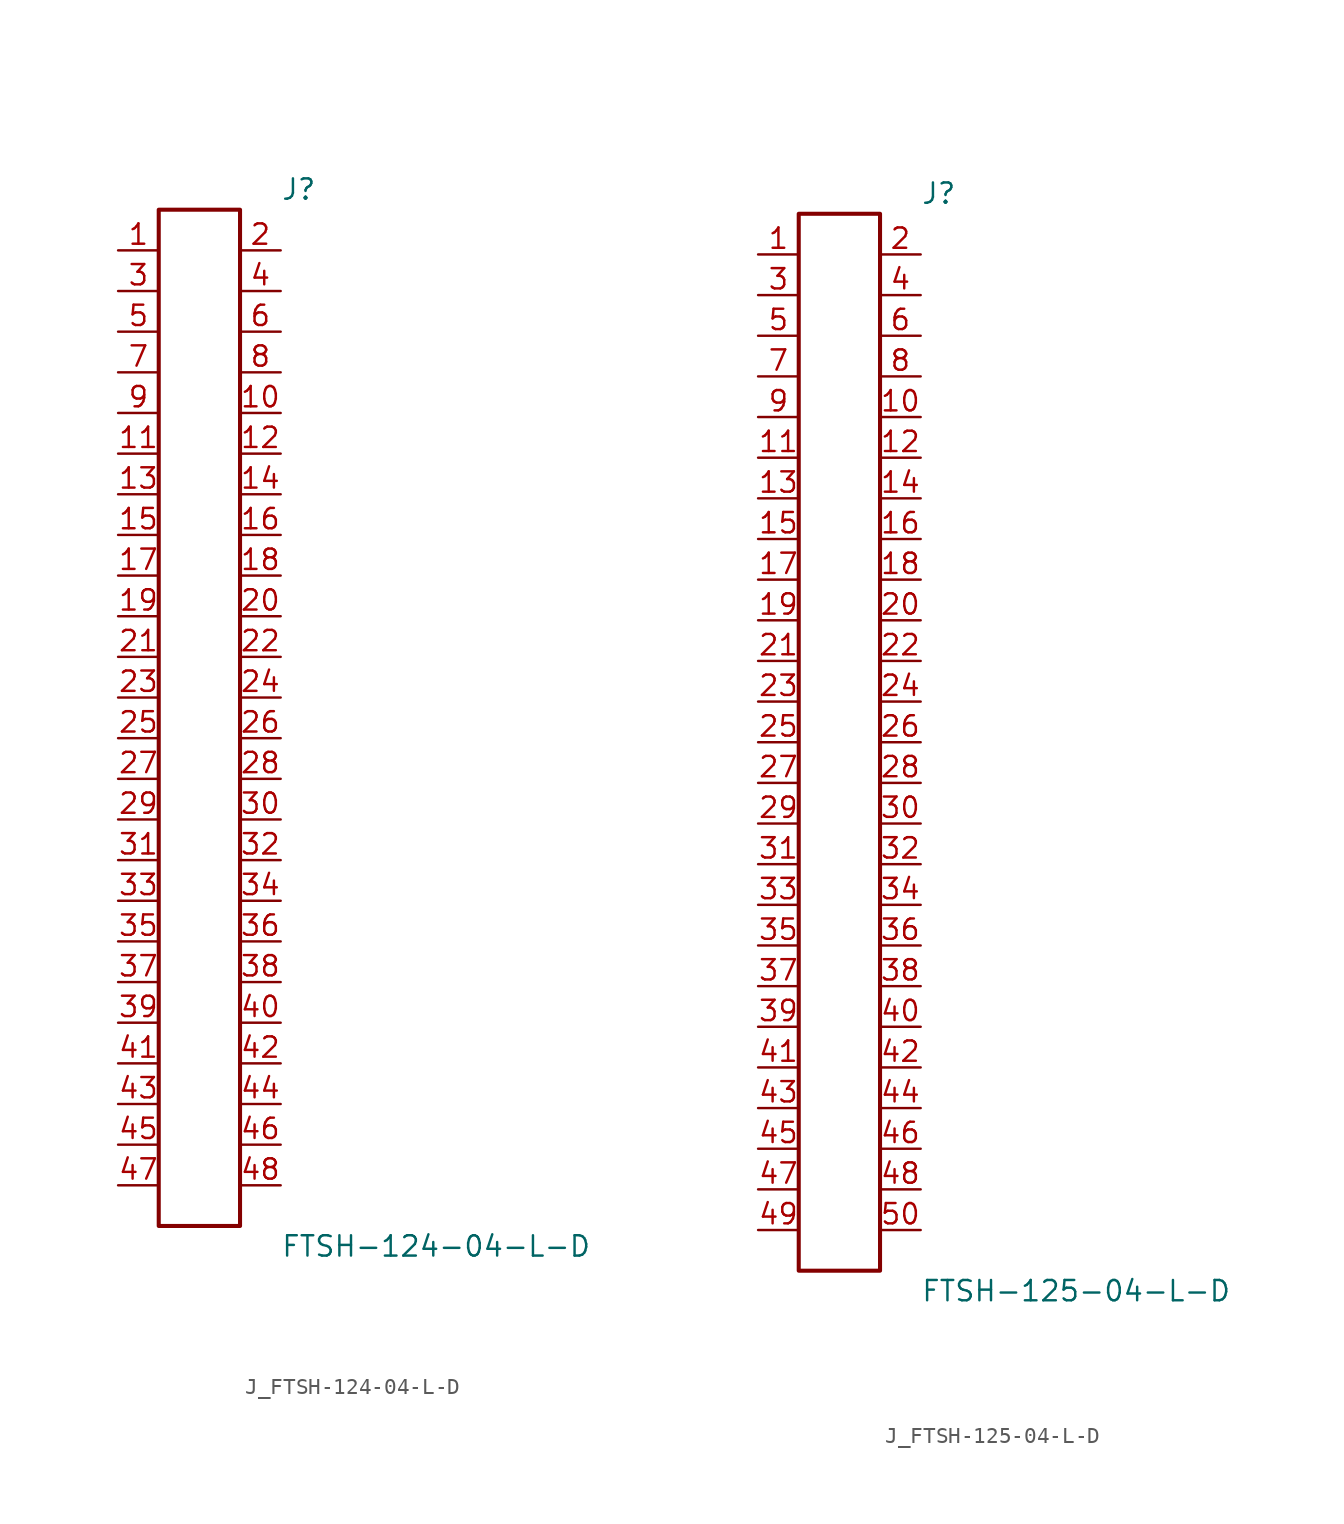
<source format=kicad_sym>
(kicad_symbol_lib
  (version 20231120)
  (generator kicad_symbol_editor)
  (generator_version 8.0)
  (symbol "J_FTSH-124-04-L-D"
    (pin_names
      (offset 0.254))
    (property "Reference" "J"
      (at 5.08 33.02 0)
      (effects (font (size 1.27 1.27)) (justify left)))
    (property "Value" "FTSH-124-04-L-D"
      (at 5.08 -33.02 0)
      (effects (font (size 1.27 1.27)) (justify left)))
    (symbol "J_FTSH-124-04-L-D_0_0"
      (pin passive line (at -5.08 29.21 0) (length 2.54) (name "" (effects (font (size 1.27 1.27)))) (number "1" (effects (font (size 1.27 1.27)))))
      (pin passive line (at 5.08 29.21 180) (length 2.54) (name "" (effects (font (size 1.27 1.27)))) (number "2" (effects (font (size 1.27 1.27)))))
      (pin passive line (at -5.08 26.67 0) (length 2.54) (name "" (effects (font (size 1.27 1.27)))) (number "3" (effects (font (size 1.27 1.27)))))
      (pin passive line (at 5.08 26.67 180) (length 2.54) (name "" (effects (font (size 1.27 1.27)))) (number "4" (effects (font (size 1.27 1.27)))))
      (pin passive line (at -5.08 24.13 0) (length 2.54) (name "" (effects (font (size 1.27 1.27)))) (number "5" (effects (font (size 1.27 1.27)))))
      (pin passive line (at 5.08 24.13 180) (length 2.54) (name "" (effects (font (size 1.27 1.27)))) (number "6" (effects (font (size 1.27 1.27)))))
      (pin passive line (at -5.08 21.59 0) (length 2.54) (name "" (effects (font (size 1.27 1.27)))) (number "7" (effects (font (size 1.27 1.27)))))
      (pin passive line (at 5.08 21.59 180) (length 2.54) (name "" (effects (font (size 1.27 1.27)))) (number "8" (effects (font (size 1.27 1.27)))))
      (pin passive line (at -5.08 19.05 0) (length 2.54) (name "" (effects (font (size 1.27 1.27)))) (number "9" (effects (font (size 1.27 1.27)))))
      (pin passive line (at 5.08 19.05 180) (length 2.54) (name "" (effects (font (size 1.27 1.27)))) (number "10" (effects (font (size 1.27 1.27)))))
      (pin passive line (at -5.08 16.51 0) (length 2.54) (name "" (effects (font (size 1.27 1.27)))) (number "11" (effects (font (size 1.27 1.27)))))
      (pin passive line (at 5.08 16.51 180) (length 2.54) (name "" (effects (font (size 1.27 1.27)))) (number "12" (effects (font (size 1.27 1.27)))))
      (pin passive line (at -5.08 13.97 0) (length 2.54) (name "" (effects (font (size 1.27 1.27)))) (number "13" (effects (font (size 1.27 1.27)))))
      (pin passive line (at 5.08 13.97 180) (length 2.54) (name "" (effects (font (size 1.27 1.27)))) (number "14" (effects (font (size 1.27 1.27)))))
      (pin passive line (at -5.08 11.43 0) (length 2.54) (name "" (effects (font (size 1.27 1.27)))) (number "15" (effects (font (size 1.27 1.27)))))
      (pin passive line (at 5.08 11.43 180) (length 2.54) (name "" (effects (font (size 1.27 1.27)))) (number "16" (effects (font (size 1.27 1.27)))))
      (pin passive line (at -5.08 8.89 0) (length 2.54) (name "" (effects (font (size 1.27 1.27)))) (number "17" (effects (font (size 1.27 1.27)))))
      (pin passive line (at 5.08 8.89 180) (length 2.54) (name "" (effects (font (size 1.27 1.27)))) (number "18" (effects (font (size 1.27 1.27)))))
      (pin passive line (at -5.08 6.35 0) (length 2.54) (name "" (effects (font (size 1.27 1.27)))) (number "19" (effects (font (size 1.27 1.27)))))
      (pin passive line (at 5.08 6.35 180) (length 2.54) (name "" (effects (font (size 1.27 1.27)))) (number "20" (effects (font (size 1.27 1.27)))))
      (pin passive line (at -5.08 3.81 0) (length 2.54) (name "" (effects (font (size 1.27 1.27)))) (number "21" (effects (font (size 1.27 1.27)))))
      (pin passive line (at 5.08 3.81 180) (length 2.54) (name "" (effects (font (size 1.27 1.27)))) (number "22" (effects (font (size 1.27 1.27)))))
      (pin passive line (at -5.08 1.27 0) (length 2.54) (name "" (effects (font (size 1.27 1.27)))) (number "23" (effects (font (size 1.27 1.27)))))
      (pin passive line (at 5.08 1.27 180) (length 2.54) (name "" (effects (font (size 1.27 1.27)))) (number "24" (effects (font (size 1.27 1.27)))))
      (pin passive line (at -5.08 -1.27 0) (length 2.54) (name "" (effects (font (size 1.27 1.27)))) (number "25" (effects (font (size 1.27 1.27)))))
      (pin passive line (at 5.08 -1.27 180) (length 2.54) (name "" (effects (font (size 1.27 1.27)))) (number "26" (effects (font (size 1.27 1.27)))))
      (pin passive line (at -5.08 -3.81 0) (length 2.54) (name "" (effects (font (size 1.27 1.27)))) (number "27" (effects (font (size 1.27 1.27)))))
      (pin passive line (at 5.08 -3.81 180) (length 2.54) (name "" (effects (font (size 1.27 1.27)))) (number "28" (effects (font (size 1.27 1.27)))))
      (pin passive line (at -5.08 -6.35 0) (length 2.54) (name "" (effects (font (size 1.27 1.27)))) (number "29" (effects (font (size 1.27 1.27)))))
      (pin passive line (at 5.08 -6.35 180) (length 2.54) (name "" (effects (font (size 1.27 1.27)))) (number "30" (effects (font (size 1.27 1.27)))))
      (pin passive line (at -5.08 -8.89 0) (length 2.54) (name "" (effects (font (size 1.27 1.27)))) (number "31" (effects (font (size 1.27 1.27)))))
      (pin passive line (at 5.08 -8.89 180) (length 2.54) (name "" (effects (font (size 1.27 1.27)))) (number "32" (effects (font (size 1.27 1.27)))))
      (pin passive line (at -5.08 -11.43 0) (length 2.54) (name "" (effects (font (size 1.27 1.27)))) (number "33" (effects (font (size 1.27 1.27)))))
      (pin passive line (at 5.08 -11.43 180) (length 2.54) (name "" (effects (font (size 1.27 1.27)))) (number "34" (effects (font (size 1.27 1.27)))))
      (pin passive line (at -5.08 -13.97 0) (length 2.54) (name "" (effects (font (size 1.27 1.27)))) (number "35" (effects (font (size 1.27 1.27)))))
      (pin passive line (at 5.08 -13.97 180) (length 2.54) (name "" (effects (font (size 1.27 1.27)))) (number "36" (effects (font (size 1.27 1.27)))))
      (pin passive line (at -5.08 -16.51 0) (length 2.54) (name "" (effects (font (size 1.27 1.27)))) (number "37" (effects (font (size 1.27 1.27)))))
      (pin passive line (at 5.08 -16.51 180) (length 2.54) (name "" (effects (font (size 1.27 1.27)))) (number "38" (effects (font (size 1.27 1.27)))))
      (pin passive line (at -5.08 -19.05 0) (length 2.54) (name "" (effects (font (size 1.27 1.27)))) (number "39" (effects (font (size 1.27 1.27)))))
      (pin passive line (at 5.08 -19.05 180) (length 2.54) (name "" (effects (font (size 1.27 1.27)))) (number "40" (effects (font (size 1.27 1.27)))))
      (pin passive line (at -5.08 -21.59 0) (length 2.54) (name "" (effects (font (size 1.27 1.27)))) (number "41" (effects (font (size 1.27 1.27)))))
      (pin passive line (at 5.08 -21.59 180) (length 2.54) (name "" (effects (font (size 1.27 1.27)))) (number "42" (effects (font (size 1.27 1.27)))))
      (pin passive line (at -5.08 -24.13 0) (length 2.54) (name "" (effects (font (size 1.27 1.27)))) (number "43" (effects (font (size 1.27 1.27)))))
      (pin passive line (at 5.08 -24.13 180) (length 2.54) (name "" (effects (font (size 1.27 1.27)))) (number "44" (effects (font (size 1.27 1.27)))))
      (pin passive line (at -5.08 -26.67 0) (length 2.54) (name "" (effects (font (size 1.27 1.27)))) (number "45" (effects (font (size 1.27 1.27)))))
      (pin passive line (at 5.08 -26.67 180) (length 2.54) (name "" (effects (font (size 1.27 1.27)))) (number "46" (effects (font (size 1.27 1.27)))))
      (pin passive line (at -5.08 -29.21 0) (length 2.54) (name "" (effects (font (size 1.27 1.27)))) (number "47" (effects (font (size 1.27 1.27)))))
      (pin passive line (at 5.08 -29.21 180) (length 2.54) (name "" (effects (font (size 1.27 1.27)))) (number "48" (effects (font (size 1.27 1.27))))))
    (symbol "J_FTSH-124-04-L-D_1_0"
      (rectangle (start -2.54 31.75) (end 2.54 -31.75) (stroke (width 0.254) (type solid)) (fill (type none)))))
  (symbol "J_FTSH-125-04-L-D"
    (pin_names
      (offset 0.254))
    (property "Reference" "J"
      (at 5.08 34.29 0)
      (effects (font (size 1.27 1.27)) (justify left)))
    (property "Value" "FTSH-125-04-L-D"
      (at 5.08 -34.29 0)
      (effects (font (size 1.27 1.27)) (justify left)))
    (symbol "J_FTSH-125-04-L-D_0_0"
      (pin passive line (at -5.08 30.48 0) (length 2.54) (name "" (effects (font (size 1.27 1.27)))) (number "1" (effects (font (size 1.27 1.27)))))
      (pin passive line (at 5.08 30.48 180) (length 2.54) (name "" (effects (font (size 1.27 1.27)))) (number "2" (effects (font (size 1.27 1.27)))))
      (pin passive line (at -5.08 27.94 0) (length 2.54) (name "" (effects (font (size 1.27 1.27)))) (number "3" (effects (font (size 1.27 1.27)))))
      (pin passive line (at 5.08 27.94 180) (length 2.54) (name "" (effects (font (size 1.27 1.27)))) (number "4" (effects (font (size 1.27 1.27)))))
      (pin passive line (at -5.08 25.4 0) (length 2.54) (name "" (effects (font (size 1.27 1.27)))) (number "5" (effects (font (size 1.27 1.27)))))
      (pin passive line (at 5.08 25.4 180) (length 2.54) (name "" (effects (font (size 1.27 1.27)))) (number "6" (effects (font (size 1.27 1.27)))))
      (pin passive line (at -5.08 22.86 0) (length 2.54) (name "" (effects (font (size 1.27 1.27)))) (number "7" (effects (font (size 1.27 1.27)))))
      (pin passive line (at 5.08 22.86 180) (length 2.54) (name "" (effects (font (size 1.27 1.27)))) (number "8" (effects (font (size 1.27 1.27)))))
      (pin passive line (at -5.08 20.32 0) (length 2.54) (name "" (effects (font (size 1.27 1.27)))) (number "9" (effects (font (size 1.27 1.27)))))
      (pin passive line (at 5.08 20.32 180) (length 2.54) (name "" (effects (font (size 1.27 1.27)))) (number "10" (effects (font (size 1.27 1.27)))))
      (pin passive line (at -5.08 17.78 0) (length 2.54) (name "" (effects (font (size 1.27 1.27)))) (number "11" (effects (font (size 1.27 1.27)))))
      (pin passive line (at 5.08 17.78 180) (length 2.54) (name "" (effects (font (size 1.27 1.27)))) (number "12" (effects (font (size 1.27 1.27)))))
      (pin passive line (at -5.08 15.24 0) (length 2.54) (name "" (effects (font (size 1.27 1.27)))) (number "13" (effects (font (size 1.27 1.27)))))
      (pin passive line (at 5.08 15.24 180) (length 2.54) (name "" (effects (font (size 1.27 1.27)))) (number "14" (effects (font (size 1.27 1.27)))))
      (pin passive line (at -5.08 12.7 0) (length 2.54) (name "" (effects (font (size 1.27 1.27)))) (number "15" (effects (font (size 1.27 1.27)))))
      (pin passive line (at 5.08 12.7 180) (length 2.54) (name "" (effects (font (size 1.27 1.27)))) (number "16" (effects (font (size 1.27 1.27)))))
      (pin passive line (at -5.08 10.16 0) (length 2.54) (name "" (effects (font (size 1.27 1.27)))) (number "17" (effects (font (size 1.27 1.27)))))
      (pin passive line (at 5.08 10.16 180) (length 2.54) (name "" (effects (font (size 1.27 1.27)))) (number "18" (effects (font (size 1.27 1.27)))))
      (pin passive line (at -5.08 7.62 0) (length 2.54) (name "" (effects (font (size 1.27 1.27)))) (number "19" (effects (font (size 1.27 1.27)))))
      (pin passive line (at 5.08 7.62 180) (length 2.54) (name "" (effects (font (size 1.27 1.27)))) (number "20" (effects (font (size 1.27 1.27)))))
      (pin passive line (at -5.08 5.08 0) (length 2.54) (name "" (effects (font (size 1.27 1.27)))) (number "21" (effects (font (size 1.27 1.27)))))
      (pin passive line (at 5.08 5.08 180) (length 2.54) (name "" (effects (font (size 1.27 1.27)))) (number "22" (effects (font (size 1.27 1.27)))))
      (pin passive line (at -5.08 2.54 0) (length 2.54) (name "" (effects (font (size 1.27 1.27)))) (number "23" (effects (font (size 1.27 1.27)))))
      (pin passive line (at 5.08 2.54 180) (length 2.54) (name "" (effects (font (size 1.27 1.27)))) (number "24" (effects (font (size 1.27 1.27)))))
      (pin passive line (at -5.08 0.0 0) (length 2.54) (name "" (effects (font (size 1.27 1.27)))) (number "25" (effects (font (size 1.27 1.27)))))
      (pin passive line (at 5.08 0.0 180) (length 2.54) (name "" (effects (font (size 1.27 1.27)))) (number "26" (effects (font (size 1.27 1.27)))))
      (pin passive line (at -5.08 -2.54 0) (length 2.54) (name "" (effects (font (size 1.27 1.27)))) (number "27" (effects (font (size 1.27 1.27)))))
      (pin passive line (at 5.08 -2.54 180) (length 2.54) (name "" (effects (font (size 1.27 1.27)))) (number "28" (effects (font (size 1.27 1.27)))))
      (pin passive line (at -5.08 -5.08 0) (length 2.54) (name "" (effects (font (size 1.27 1.27)))) (number "29" (effects (font (size 1.27 1.27)))))
      (pin passive line (at 5.08 -5.08 180) (length 2.54) (name "" (effects (font (size 1.27 1.27)))) (number "30" (effects (font (size 1.27 1.27)))))
      (pin passive line (at -5.08 -7.62 0) (length 2.54) (name "" (effects (font (size 1.27 1.27)))) (number "31" (effects (font (size 1.27 1.27)))))
      (pin passive line (at 5.08 -7.62 180) (length 2.54) (name "" (effects (font (size 1.27 1.27)))) (number "32" (effects (font (size 1.27 1.27)))))
      (pin passive line (at -5.08 -10.16 0) (length 2.54) (name "" (effects (font (size 1.27 1.27)))) (number "33" (effects (font (size 1.27 1.27)))))
      (pin passive line (at 5.08 -10.16 180) (length 2.54) (name "" (effects (font (size 1.27 1.27)))) (number "34" (effects (font (size 1.27 1.27)))))
      (pin passive line (at -5.08 -12.7 0) (length 2.54) (name "" (effects (font (size 1.27 1.27)))) (number "35" (effects (font (size 1.27 1.27)))))
      (pin passive line (at 5.08 -12.7 180) (length 2.54) (name "" (effects (font (size 1.27 1.27)))) (number "36" (effects (font (size 1.27 1.27)))))
      (pin passive line (at -5.08 -15.24 0) (length 2.54) (name "" (effects (font (size 1.27 1.27)))) (number "37" (effects (font (size 1.27 1.27)))))
      (pin passive line (at 5.08 -15.24 180) (length 2.54) (name "" (effects (font (size 1.27 1.27)))) (number "38" (effects (font (size 1.27 1.27)))))
      (pin passive line (at -5.08 -17.78 0) (length 2.54) (name "" (effects (font (size 1.27 1.27)))) (number "39" (effects (font (size 1.27 1.27)))))
      (pin passive line (at 5.08 -17.78 180) (length 2.54) (name "" (effects (font (size 1.27 1.27)))) (number "40" (effects (font (size 1.27 1.27)))))
      (pin passive line (at -5.08 -20.32 0) (length 2.54) (name "" (effects (font (size 1.27 1.27)))) (number "41" (effects (font (size 1.27 1.27)))))
      (pin passive line (at 5.08 -20.32 180) (length 2.54) (name "" (effects (font (size 1.27 1.27)))) (number "42" (effects (font (size 1.27 1.27)))))
      (pin passive line (at -5.08 -22.86 0) (length 2.54) (name "" (effects (font (size 1.27 1.27)))) (number "43" (effects (font (size 1.27 1.27)))))
      (pin passive line (at 5.08 -22.86 180) (length 2.54) (name "" (effects (font (size 1.27 1.27)))) (number "44" (effects (font (size 1.27 1.27)))))
      (pin passive line (at -5.08 -25.4 0) (length 2.54) (name "" (effects (font (size 1.27 1.27)))) (number "45" (effects (font (size 1.27 1.27)))))
      (pin passive line (at 5.08 -25.4 180) (length 2.54) (name "" (effects (font (size 1.27 1.27)))) (number "46" (effects (font (size 1.27 1.27)))))
      (pin passive line (at -5.08 -27.94 0) (length 2.54) (name "" (effects (font (size 1.27 1.27)))) (number "47" (effects (font (size 1.27 1.27)))))
      (pin passive line (at 5.08 -27.94 180) (length 2.54) (name "" (effects (font (size 1.27 1.27)))) (number "48" (effects (font (size 1.27 1.27)))))
      (pin passive line (at -5.08 -30.48 0) (length 2.54) (name "" (effects (font (size 1.27 1.27)))) (number "49" (effects (font (size 1.27 1.27)))))
      (pin passive line (at 5.08 -30.48 180) (length 2.54) (name "" (effects (font (size 1.27 1.27)))) (number "50" (effects (font (size 1.27 1.27))))))
    (symbol "J_FTSH-125-04-L-D_1_0"
      (rectangle (start -2.54 33.02) (end 2.54 -33.02) (stroke (width 0.254) (type solid)) (fill (type none))))))
</source>
